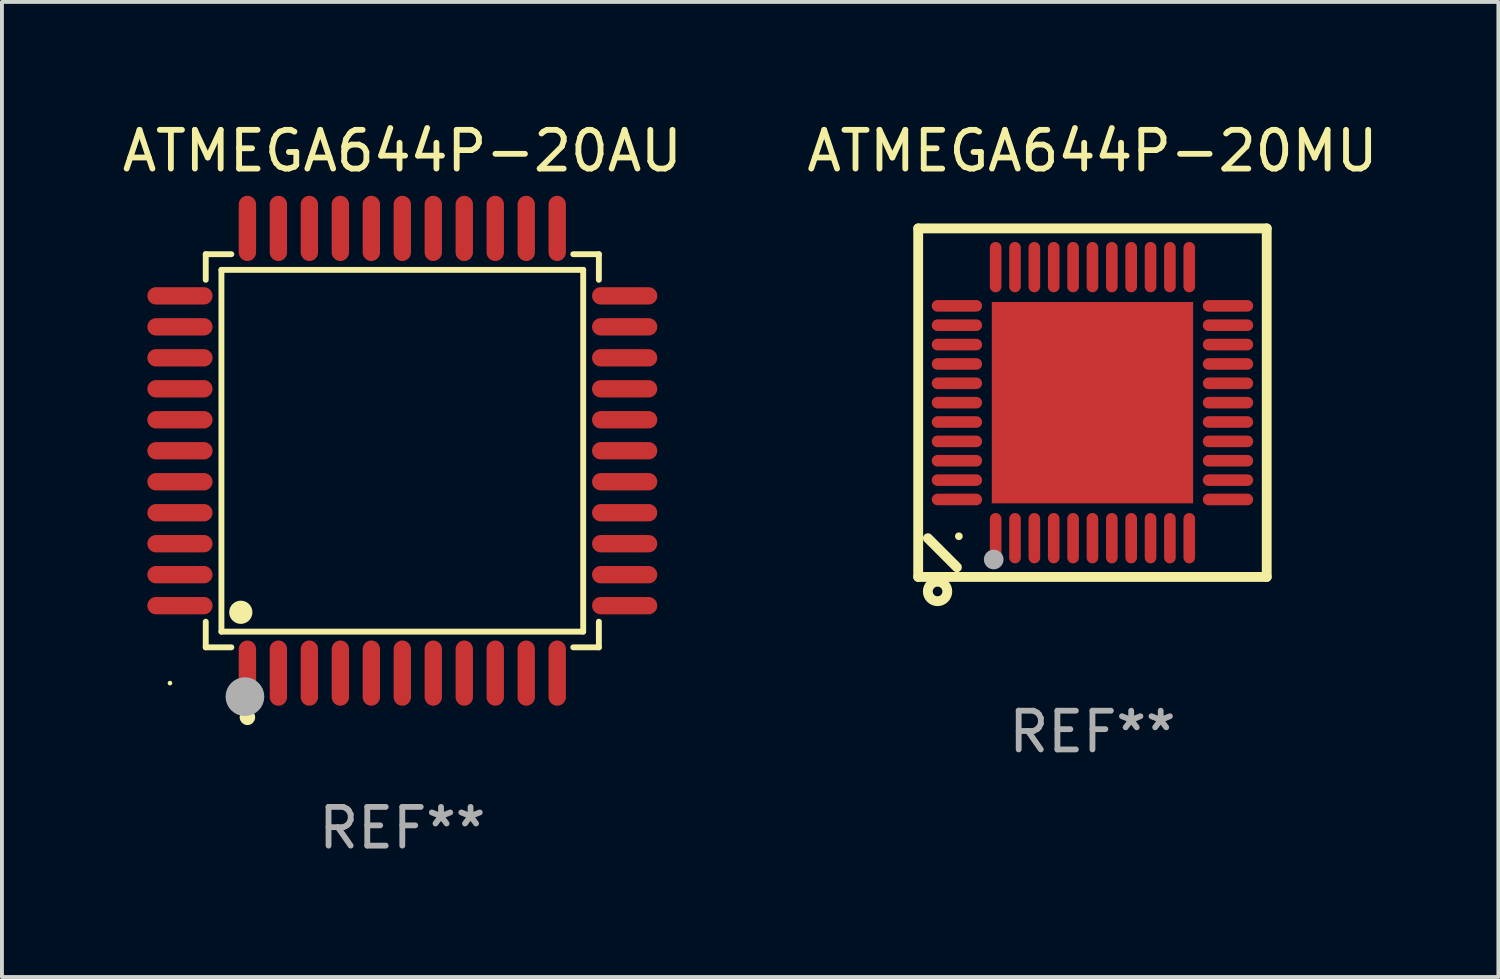
<source format=kicad_pcb>
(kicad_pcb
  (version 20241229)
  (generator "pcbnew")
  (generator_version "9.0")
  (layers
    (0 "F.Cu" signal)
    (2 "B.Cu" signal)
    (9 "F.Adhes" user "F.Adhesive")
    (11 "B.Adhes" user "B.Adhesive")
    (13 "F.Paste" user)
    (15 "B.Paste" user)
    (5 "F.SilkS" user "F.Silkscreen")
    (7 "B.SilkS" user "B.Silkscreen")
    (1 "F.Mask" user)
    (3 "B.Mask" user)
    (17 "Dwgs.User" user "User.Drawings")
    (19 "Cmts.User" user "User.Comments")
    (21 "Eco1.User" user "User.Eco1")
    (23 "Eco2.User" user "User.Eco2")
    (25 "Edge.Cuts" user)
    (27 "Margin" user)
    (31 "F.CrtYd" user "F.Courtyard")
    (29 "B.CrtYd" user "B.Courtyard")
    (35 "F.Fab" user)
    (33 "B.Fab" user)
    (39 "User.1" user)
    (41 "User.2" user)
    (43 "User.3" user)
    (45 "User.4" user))
  (footprint "ATMEGA644P-20AU"
    (layer "F.Cu")
    (at 7.339 8.59)
    (property "Reference" "ATMEGA644P-20AU" (at 0 -7.742 0) (layer "F.SilkS") (effects (font (size 1 1) (thickness 0.15))))
    (attr through_hole)
    (fp_line (start -5.076 -5.076) (end -4.415 -5.076) (stroke (width 0.152) (type solid)) (layer "F.SilkS"))
    (fp_line (start -5.076 -4.415) (end -5.076 -5.076) (stroke (width 0.152) (type solid)) (layer "F.SilkS"))
    (fp_line (start -5.076 4.415) (end -5.076 5.076) (stroke (width 0.152) (type solid)) (layer "F.SilkS"))
    (fp_line (start -5.076 5.076) (end -4.415 5.076) (stroke (width 0.152) (type solid)) (layer "F.SilkS"))
    (fp_line (start -4.671 -4.671) (end 4.671 -4.671) (stroke (width 0.152) (type solid)) (layer "F.SilkS"))
    (fp_line (start -4.671 4.671) (end -4.671 -4.671) (stroke (width 0.152) (type solid)) (layer "F.SilkS"))
    (fp_line (start 4.671 -4.671) (end 4.671 4.671) (stroke (width 0.152) (type solid)) (layer "F.SilkS"))
    (fp_line (start 4.671 4.671) (end -4.671 4.671) (stroke (width 0.152) (type solid)) (layer "F.SilkS"))
    (fp_line (start 5.076 -5.076) (end 4.415 -5.076) (stroke (width 0.152) (type solid)) (layer "F.SilkS"))
    (fp_line (start 5.076 -4.415) (end 5.076 -5.076) (stroke (width 0.152) (type solid)) (layer "F.SilkS"))
    (fp_line (start 5.076 4.415) (end 5.076 5.076) (stroke (width 0.152) (type solid)) (layer "F.SilkS"))
    (fp_line (start 5.076 5.076) (end 4.415 5.076) (stroke (width 0.152) (type solid)) (layer "F.SilkS"))
    (fp_circle (center -6 6) (end -5.97 6) (stroke (width 0.06) (type solid)) (fill no) (layer "F.SilkS"))
    (fp_circle (center -4.171 4.171) (end -4.021 4.171) (stroke (width 0.3) (type solid)) (fill no) (layer "F.SilkS"))
    (fp_circle (center -4 6.884) (end -3.9 6.884) (stroke (width 0.2) (type solid)) (fill no) (layer "F.SilkS"))
    (fp_circle (center -4.064 6.35) (end -3.814 6.35) (stroke (width 0.5) (type solid)) (fill no) (layer "F.Fab"))
    (fp_text user "REF**" (at 0 9.742 0) (layer "F.Fab") (effects (font (size 1 1) (thickness 0.15))))
    (pad "1" smd oval (at -4 5.742) (size 0.448 1.684) (layers "F.Cu" "F.Mask" "F.Paste"))
    (pad "2" smd oval (at -3.2 5.742) (size 0.448 1.684) (layers "F.Cu" "F.Mask" "F.Paste"))
    (pad "3" smd oval (at -2.4 5.742) (size 0.448 1.684) (layers "F.Cu" "F.Mask" "F.Paste"))
    (pad "4" smd oval (at -1.6 5.742) (size 0.448 1.684) (layers "F.Cu" "F.Mask" "F.Paste"))
    (pad "5" smd oval (at -0.8 5.742) (size 0.448 1.684) (layers "F.Cu" "F.Mask" "F.Paste"))
    (pad "6" smd oval (at 0 5.742) (size 0.448 1.684) (layers "F.Cu" "F.Mask" "F.Paste"))
    (pad "7" smd oval (at 0.8 5.742) (size 0.448 1.684) (layers "F.Cu" "F.Mask" "F.Paste"))
    (pad "8" smd oval (at 1.6 5.742) (size 0.448 1.684) (layers "F.Cu" "F.Mask" "F.Paste"))
    (pad "9" smd oval (at 2.4 5.742) (size 0.448 1.684) (layers "F.Cu" "F.Mask" "F.Paste"))
    (pad "10" smd oval (at 3.2 5.742) (size 0.448 1.684) (layers "F.Cu" "F.Mask" "F.Paste"))
    (pad "11" smd oval (at 4 5.742) (size 0.448 1.684) (layers "F.Cu" "F.Mask" "F.Paste"))
    (pad "12" smd oval (at 5.742 4) (size 1.684 0.448) (layers "F.Cu" "F.Mask" "F.Paste"))
    (pad "13" smd oval (at 5.742 3.2) (size 1.684 0.448) (layers "F.Cu" "F.Mask" "F.Paste"))
    (pad "14" smd oval (at 5.742 2.4) (size 1.684 0.448) (layers "F.Cu" "F.Mask" "F.Paste"))
    (pad "15" smd oval (at 5.742 1.6) (size 1.684 0.448) (layers "F.Cu" "F.Mask" "F.Paste"))
    (pad "16" smd oval (at 5.742 0.8) (size 1.684 0.448) (layers "F.Cu" "F.Mask" "F.Paste"))
    (pad "17" smd oval (at 5.742 0) (size 1.684 0.448) (layers "F.Cu" "F.Mask" "F.Paste"))
    (pad "18" smd oval (at 5.742 -0.8) (size 1.684 0.448) (layers "F.Cu" "F.Mask" "F.Paste"))
    (pad "19" smd oval (at 5.742 -1.6) (size 1.684 0.448) (layers "F.Cu" "F.Mask" "F.Paste"))
    (pad "20" smd oval (at 5.742 -2.4) (size 1.684 0.448) (layers "F.Cu" "F.Mask" "F.Paste"))
    (pad "21" smd oval (at 5.742 -3.2) (size 1.684 0.448) (layers "F.Cu" "F.Mask" "F.Paste"))
    (pad "22" smd oval (at 5.742 -4) (size 1.684 0.448) (layers "F.Cu" "F.Mask" "F.Paste"))
    (pad "23" smd oval (at 4 -5.742) (size 0.448 1.684) (layers "F.Cu" "F.Mask" "F.Paste"))
    (pad "24" smd oval (at 3.2 -5.742) (size 0.448 1.684) (layers "F.Cu" "F.Mask" "F.Paste"))
    (pad "25" smd oval (at 2.4 -5.742) (size 0.448 1.684) (layers "F.Cu" "F.Mask" "F.Paste"))
    (pad "26" smd oval (at 1.6 -5.742) (size 0.448 1.684) (layers "F.Cu" "F.Mask" "F.Paste"))
    (pad "27" smd oval (at 0.8 -5.742) (size 0.448 1.684) (layers "F.Cu" "F.Mask" "F.Paste"))
    (pad "28" smd oval (at 0 -5.742) (size 0.448 1.684) (layers "F.Cu" "F.Mask" "F.Paste"))
    (pad "29" smd oval (at -0.8 -5.742) (size 0.448 1.684) (layers "F.Cu" "F.Mask" "F.Paste"))
    (pad "30" smd oval (at -1.6 -5.742) (size 0.448 1.684) (layers "F.Cu" "F.Mask" "F.Paste"))
    (pad "31" smd oval (at -2.4 -5.742) (size 0.448 1.684) (layers "F.Cu" "F.Mask" "F.Paste"))
    (pad "32" smd oval (at -3.2 -5.742) (size 0.448 1.684) (layers "F.Cu" "F.Mask" "F.Paste"))
    (pad "33" smd oval (at -4 -5.742) (size 0.448 1.684) (layers "F.Cu" "F.Mask" "F.Paste"))
    (pad "34" smd oval (at -5.742 -4) (size 1.684 0.448) (layers "F.Cu" "F.Mask" "F.Paste"))
    (pad "35" smd oval (at -5.742 -3.2) (size 1.684 0.448) (layers "F.Cu" "F.Mask" "F.Paste"))
    (pad "36" smd oval (at -5.742 -2.4) (size 1.684 0.448) (layers "F.Cu" "F.Mask" "F.Paste"))
    (pad "37" smd oval (at -5.742 -1.6) (size 1.684 0.448) (layers "F.Cu" "F.Mask" "F.Paste"))
    (pad "38" smd oval (at -5.742 -0.8) (size 1.684 0.448) (layers "F.Cu" "F.Mask" "F.Paste"))
    (pad "39" smd oval (at -5.742 0) (size 1.684 0.448) (layers "F.Cu" "F.Mask" "F.Paste"))
    (pad "40" smd oval (at -5.742 0.8) (size 1.684 0.448) (layers "F.Cu" "F.Mask" "F.Paste"))
    (pad "41" smd oval (at -5.742 1.6) (size 1.684 0.448) (layers "F.Cu" "F.Mask" "F.Paste"))
    (pad "42" smd oval (at -5.742 2.4) (size 1.684 0.448) (layers "F.Cu" "F.Mask" "F.Paste"))
    (pad "43" smd oval (at -5.742 3.2) (size 1.684 0.448) (layers "F.Cu" "F.Mask" "F.Paste"))
    (pad "44" smd oval (at -5.742 4) (size 1.684 0.448) (layers "F.Cu" "F.Mask" "F.Paste")))
  (footprint "ATMEGA644P-20MU"
    (layer "F.Cu")
    (at 25.161 7.348)
    (property "Reference" "ATMEGA644P-20MU" (at 0 -6.5 0) (layer "F.SilkS") (effects (font (size 1 1) (thickness 0.15))))
    (attr through_hole)
    (fp_line (start -4.5 -4.5) (end -4.5 4.5) (stroke (width 0.254) (type solid)) (layer "F.SilkS"))
    (fp_line (start -4.5 4.5) (end 4.5 4.5) (stroke (width 0.254) (type solid)) (layer "F.SilkS"))
    (fp_line (start -3.5 4.25) (end -4.25 3.5) (stroke (width 0.254) (type solid)) (layer "F.SilkS"))
    (fp_line (start 4.5 -4.5) (end -4.5 -4.5) (stroke (width 0.254) (type solid)) (layer "F.SilkS"))
    (fp_line (start 4.5 4.5) (end 4.5 -4.5) (stroke (width 0.254) (type solid)) (layer "F.SilkS"))
    (fp_circle (center -4 4.875) (end -3.875 4.875) (stroke (width 0.254) (type solid)) (fill no) (layer "F.SilkS"))
    (fp_circle (center -3.45 3.45) (end -3.4 3.45) (stroke (width 0.1) (type solid)) (fill no) (layer "F.SilkS"))
    (fp_circle (center -2.55 4.05) (end -2.423 4.05) (stroke (width 0.254) (type solid)) (fill no) (layer "F.Fab"))
    (fp_text user "REF**" (at 0 8.5 0) (layer "F.Fab") (effects (font (size 1 1) (thickness 0.15))))
    (pad "1" smd oval (at -2.5 3.5 90) (size 1.3 0.3) (layers "F.Cu" "F.Mask" "F.Paste"))
    (pad "2" smd oval (at -2 3.5 90) (size 1.3 0.3) (layers "F.Cu" "F.Mask" "F.Paste"))
    (pad "3" smd oval (at -1.5 3.5 90) (size 1.3 0.3) (layers "F.Cu" "F.Mask" "F.Paste"))
    (pad "4" smd oval (at -1 3.5 90) (size 1.3 0.3) (layers "F.Cu" "F.Mask" "F.Paste"))
    (pad "5" smd oval (at -0.5 3.5 90) (size 1.3 0.3) (layers "F.Cu" "F.Mask" "F.Paste"))
    (pad "6" smd oval (at 0.000025 3.5 90) (size 1.3 0.3) (layers "F.Cu" "F.Mask" "F.Paste"))
    (pad "7" smd oval (at 0.5 3.5 90) (size 1.3 0.3) (layers "F.Cu" "F.Mask" "F.Paste"))
    (pad "8" smd oval (at 1 3.5 90) (size 1.3 0.3) (layers "F.Cu" "F.Mask" "F.Paste"))
    (pad "9" smd oval (at 1.5 3.5 90) (size 1.3 0.3) (layers "F.Cu" "F.Mask" "F.Paste"))
    (pad "10" smd oval (at 2 3.5 90) (size 1.3 0.3) (layers "F.Cu" "F.Mask" "F.Paste"))
    (pad "11" smd oval (at 2.5 3.5 90) (size 1.3 0.3) (layers "F.Cu" "F.Mask" "F.Paste"))
    (pad "12" smd oval (at 3.5 2.5 90) (size 0.3 1.3) (layers "F.Cu" "F.Mask" "F.Paste"))
    (pad "13" smd oval (at 3.5 2 90) (size 0.3 1.3) (layers "F.Cu" "F.Mask" "F.Paste"))
    (pad "14" smd oval (at 3.5 1.5 90) (size 0.3 1.3) (layers "F.Cu" "F.Mask" "F.Paste"))
    (pad "15" smd oval (at 3.5 1 90) (size 0.3 1.3) (layers "F.Cu" "F.Mask" "F.Paste"))
    (pad "16" smd oval (at 3.5 0.5 90) (size 0.3 1.3) (layers "F.Cu" "F.Mask" "F.Paste"))
    (pad "17" smd oval (at 3.5 0.000025 90) (size 0.3 1.3) (layers "F.Cu" "F.Mask" "F.Paste"))
    (pad "18" smd oval (at 3.5 -0.5 90) (size 0.3 1.3) (layers "F.Cu" "F.Mask" "F.Paste"))
    (pad "19" smd oval (at 3.5 -1 90) (size 0.3 1.3) (layers "F.Cu" "F.Mask" "F.Paste"))
    (pad "20" smd oval (at 3.5 -1.5 90) (size 0.3 1.3) (layers "F.Cu" "F.Mask" "F.Paste"))
    (pad "21" smd oval (at 3.5 -2 90) (size 0.3 1.3) (layers "F.Cu" "F.Mask" "F.Paste"))
    (pad "22" smd oval (at 3.5 -2.5 90) (size 0.3 1.3) (layers "F.Cu" "F.Mask" "F.Paste"))
    (pad "23" smd oval (at 2.5 -3.5 90) (size 1.3 0.3) (layers "F.Cu" "F.Mask" "F.Paste"))
    (pad "24" smd oval (at 2 -3.5 90) (size 1.3 0.3) (layers "F.Cu" "F.Mask" "F.Paste"))
    (pad "25" smd oval (at 1.5 -3.5 90) (size 1.3 0.3) (layers "F.Cu" "F.Mask" "F.Paste"))
    (pad "26" smd oval (at 1 -3.5 90) (size 1.3 0.3) (layers "F.Cu" "F.Mask" "F.Paste"))
    (pad "27" smd oval (at 0.5 -3.5 90) (size 1.3 0.3) (layers "F.Cu" "F.Mask" "F.Paste"))
    (pad "28" smd oval (at 0.000025 -3.5 90) (size 1.3 0.3) (layers "F.Cu" "F.Mask" "F.Paste"))
    (pad "29" smd oval (at -0.5 -3.5 90) (size 1.3 0.3) (layers "F.Cu" "F.Mask" "F.Paste"))
    (pad "30" smd oval (at -1 -3.5 90) (size 1.3 0.3) (layers "F.Cu" "F.Mask" "F.Paste"))
    (pad "31" smd oval (at -1.5 -3.5 90) (size 1.3 0.3) (layers "F.Cu" "F.Mask" "F.Paste"))
    (pad "32" smd oval (at -2 -3.5 90) (size 1.3 0.3) (layers "F.Cu" "F.Mask" "F.Paste"))
    (pad "33" smd oval (at -2.5 -3.5 90) (size 1.3 0.3) (layers "F.Cu" "F.Mask" "F.Paste"))
    (pad "34" smd oval (at -3.5 -2.5 90) (size 0.3 1.3) (layers "F.Cu" "F.Mask" "F.Paste"))
    (pad "35" smd oval (at -3.5 -2 90) (size 0.3 1.3) (layers "F.Cu" "F.Mask" "F.Paste"))
    (pad "36" smd oval (at -3.5 -1.5 90) (size 0.3 1.3) (layers "F.Cu" "F.Mask" "F.Paste"))
    (pad "37" smd oval (at -3.5 -1 90) (size 0.3 1.3) (layers "F.Cu" "F.Mask" "F.Paste"))
    (pad "38" smd oval (at -3.5 -0.5 90) (size 0.3 1.3) (layers "F.Cu" "F.Mask" "F.Paste"))
    (pad "39" smd oval (at -3.5 0.000025 90) (size 0.3 1.3) (layers "F.Cu" "F.Mask" "F.Paste"))
    (pad "40" smd oval (at -3.5 0.5 90) (size 0.3 1.3) (layers "F.Cu" "F.Mask" "F.Paste"))
    (pad "41" smd oval (at -3.5 1 90) (size 0.3 1.3) (layers "F.Cu" "F.Mask" "F.Paste"))
    (pad "42" smd oval (at -3.5 1.5 90) (size 0.3 1.3) (layers "F.Cu" "F.Mask" "F.Paste"))
    (pad "43" smd oval (at -3.5 2 90) (size 0.3 1.3) (layers "F.Cu" "F.Mask" "F.Paste"))
    (pad "44" smd oval (at -3.5 2.5 90) (size 0.3 1.3) (layers "F.Cu" "F.Mask" "F.Paste"))
    (pad "45" smd rect (at 0.000025 0.000025 90) (size 5.2 5.2) (layers "F.Cu" "F.Mask" "F.Paste")))
  (gr_rect
    (start -3 -3)
    (end 35.643 22.18)
    (stroke (width 0.1) (type default))
    (fill no)
    (layer "Edge.Cuts")))
</source>
